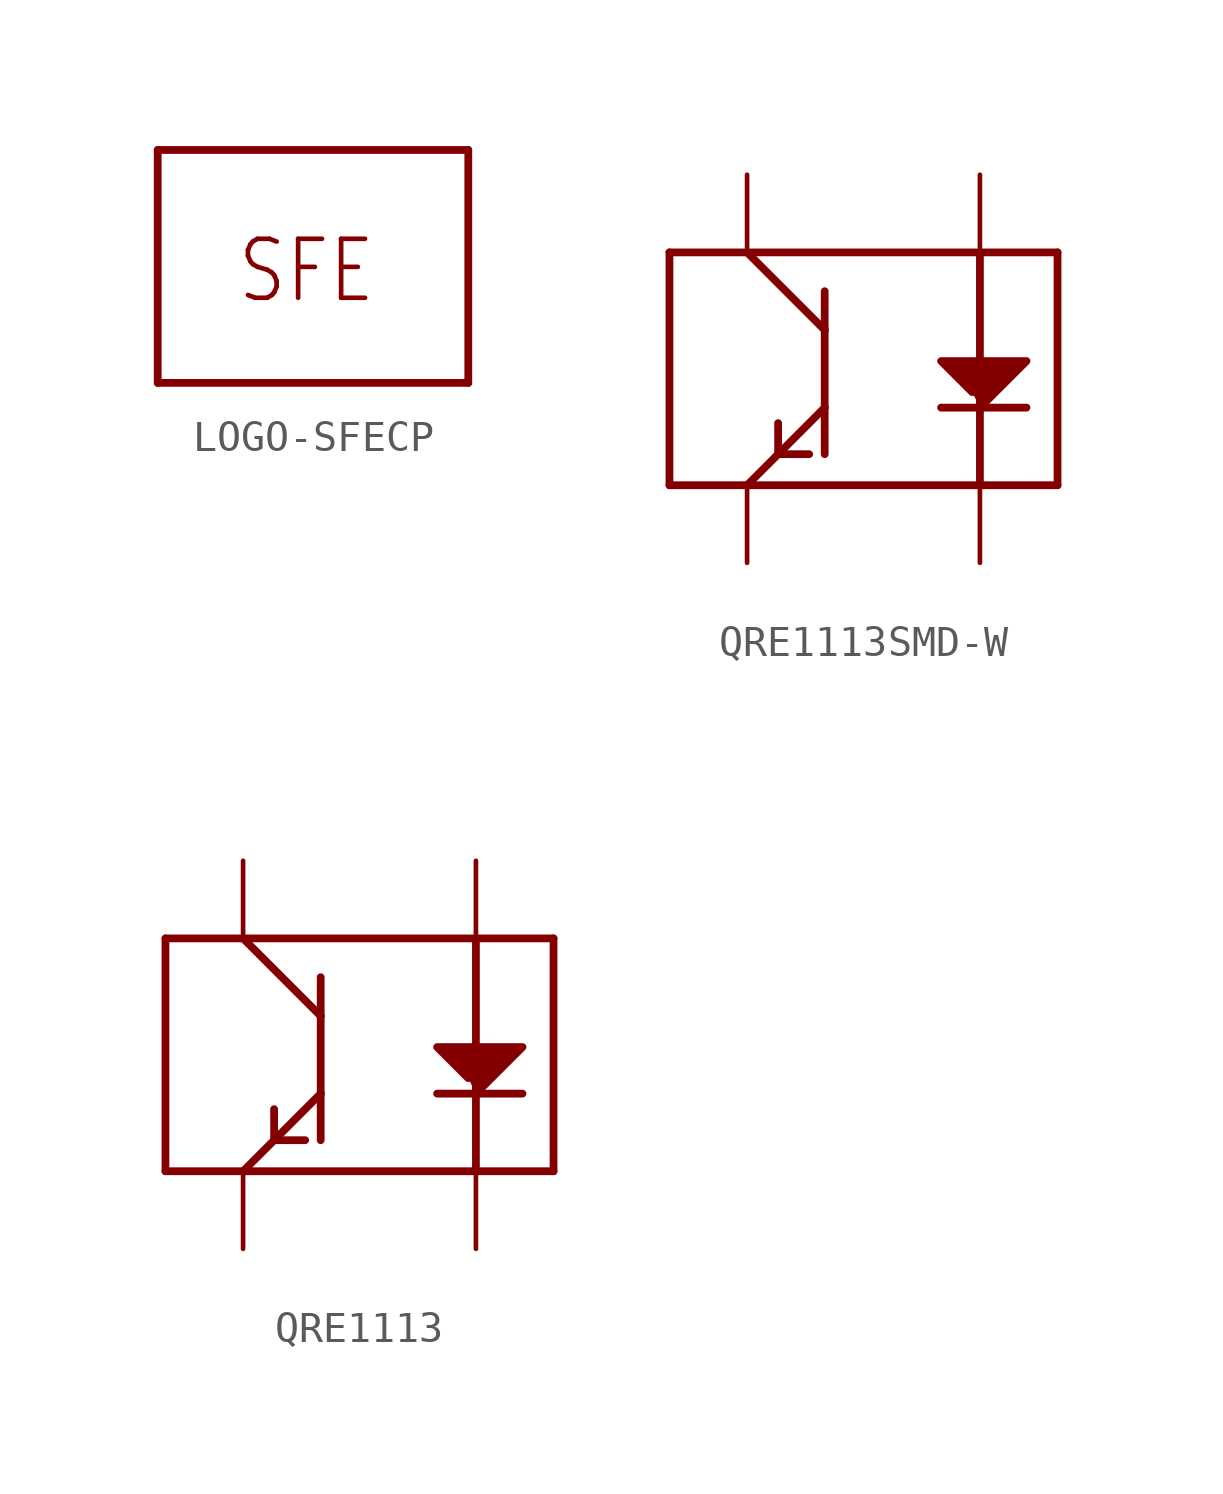
<source format=kicad_sym>
(kicad_symbol_lib
  (version 20231120)
  (generator "kicad_symbol_editor")
  (generator_version "8.0")
  (symbol "LOGO-SFECP"
    (property "Reference" "LOGO"
      (at 0 0 0)
      (effects (font (size 1.27 1.27)) (hide yes)))
    (property "ki_locked" ""
      (at 0 0 0)
      (effects (font (size 1.27 1.27))))
    (symbol "LOGO-SFECP_1_0"
      (polyline (pts (xy -2.54 -2.54) (xy 7.62 -2.54)) (stroke (width 0.254) (type solid)) (fill (type none)))
      (polyline (pts (xy -2.54 5.08) (xy -2.54 -2.54)) (stroke (width 0.254) (type solid)) (fill (type none)))
      (polyline (pts (xy 7.62 -2.54) (xy 7.62 5.08)) (stroke (width 0.254) (type solid)) (fill (type none)))
      (polyline (pts (xy 7.62 5.08) (xy -2.54 5.08)) (stroke (width 0.254) (type solid)) (fill (type none)))
      (text "SFE" (at 0 0 0) (effects (font (size 1.93 1.641)) (justify left bottom)))))
  (symbol "QRE1113SMD-W"
    (property "Reference" "U"
      (at -1.27 -7.112 0)
      (effects (font (size 1.778 1.511)) (justify left bottom) (hide yes)))
    (property "ki_locked" ""
      (at 0 0 0)
      (effects (font (size 1.27 1.27))))
    (symbol "QRE1113SMD-W_1_0"
      (polyline (pts (xy -5.08 -5.08) (xy -2.54 -5.08)) (stroke (width 0.254) (type solid)) (fill (type none)))
      (polyline (pts (xy -5.08 2.54) (xy -5.08 -5.08)) (stroke (width 0.254) (type solid)) (fill (type none)))
      (polyline (pts (xy -2.54 -5.08) (xy 5.08 -5.08)) (stroke (width 0.254) (type solid)) (fill (type none)))
      (polyline (pts (xy -2.54 2.54) (xy -5.08 2.54)) (stroke (width 0.254) (type solid)) (fill (type none)))
      (polyline (pts (xy -2.54 2.54) (xy 0 0)) (stroke (width 0.254) (type solid)) (fill (type none)))
      (polyline (pts (xy -1.524 -4.064) (xy -2.54 -5.08)) (stroke (width 0.254) (type solid)) (fill (type none)))
      (polyline (pts (xy -1.524 -4.064) (xy -1.524 -3.048)) (stroke (width 0.254) (type solid)) (fill (type none)))
      (polyline (pts (xy -1.524 -4.064) (xy -0.508 -4.064)) (stroke (width 0.254) (type solid)) (fill (type none)))
      (polyline (pts (xy 0 -2.54) (xy -1.524 -4.064)) (stroke (width 0.254) (type solid)) (fill (type none)))
      (polyline (pts (xy 0 -2.54) (xy 0 -4.064)) (stroke (width 0.254) (type solid)) (fill (type none)))
      (polyline (pts (xy 0 0) (xy 0 -2.54)) (stroke (width 0.254) (type solid)) (fill (type none)))
      (polyline (pts (xy 0 0) (xy 0 1.27)) (stroke (width 0.254) (type solid)) (fill (type none)))
      (polyline (pts (xy 3.81 -2.54) (xy 5.08 -2.54)) (stroke (width 0.254) (type solid)) (fill (type none)))
      (polyline (pts (xy 5.08 -5.08) (xy 7.62 -5.08)) (stroke (width 0.254) (type solid)) (fill (type none)))
      (polyline (pts (xy 5.08 -2.54) (xy 5.08 -5.08)) (stroke (width 0.254) (type solid)) (fill (type none)))
      (polyline (pts (xy 5.08 -2.54) (xy 6.604 -2.54)) (stroke (width 0.254) (type solid)) (fill (type none)))
      (polyline (pts (xy 5.08 2.54) (xy -2.54 2.54)) (stroke (width 0.254) (type solid)) (fill (type none)))
      (polyline (pts (xy 5.08 2.54) (xy 5.08 -2.54)) (stroke (width 0.254) (type solid)) (fill (type none)))
      (polyline (pts (xy 7.62 -5.08) (xy 7.62 2.54)) (stroke (width 0.254) (type solid)) (fill (type none)))
      (polyline (pts (xy 7.62 2.54) (xy 5.08 2.54)) (stroke (width 0.254) (type solid)) (fill (type none)))
      (polyline (pts (xy 5.08 -2.54) (xy 6.604 -1.016) (xy 3.81 -1.016) (xy 4.826 -2.032)) (stroke (width 0.254) (type solid)) (fill (type outline)))
      (pin bidirectional line (at 5.08 5.08 270) (length 2.54) (name "A" (effects (font (size 0 0)))) (number "1" (effects (font (size 0 0)))))
      (pin bidirectional line (at 5.08 -7.62 90) (length 2.54) (name "K" (effects (font (size 0 0)))) (number "2" (effects (font (size 0 0)))))
      (pin bidirectional line (at -2.54 5.08 270) (length 2.54) (name "C" (effects (font (size 0 0)))) (number "3" (effects (font (size 0 0)))))
      (pin bidirectional line (at -2.54 -7.62 90) (length 2.54) (name "E" (effects (font (size 0 0)))) (number "4" (effects (font (size 0 0)))))))
  (symbol "QRE1113"
    (property "Reference" "U"
      (at -1.27 -7.112 0)
      (effects (font (size 1.778 1.511)) (justify left bottom) (hide yes)))
    (property "ki_locked" ""
      (at 0 0 0)
      (effects (font (size 1.27 1.27))))
    (symbol "QRE1113_1_0"
      (polyline (pts (xy -5.08 -5.08) (xy -2.54 -5.08)) (stroke (width 0.254) (type solid)) (fill (type none)))
      (polyline (pts (xy -5.08 2.54) (xy -5.08 -5.08)) (stroke (width 0.254) (type solid)) (fill (type none)))
      (polyline (pts (xy -2.54 -5.08) (xy 5.08 -5.08)) (stroke (width 0.254) (type solid)) (fill (type none)))
      (polyline (pts (xy -2.54 2.54) (xy -5.08 2.54)) (stroke (width 0.254) (type solid)) (fill (type none)))
      (polyline (pts (xy -2.54 2.54) (xy 0 0)) (stroke (width 0.254) (type solid)) (fill (type none)))
      (polyline (pts (xy -1.524 -4.064) (xy -2.54 -5.08)) (stroke (width 0.254) (type solid)) (fill (type none)))
      (polyline (pts (xy -1.524 -4.064) (xy -1.524 -3.048)) (stroke (width 0.254) (type solid)) (fill (type none)))
      (polyline (pts (xy -1.524 -4.064) (xy -0.508 -4.064)) (stroke (width 0.254) (type solid)) (fill (type none)))
      (polyline (pts (xy 0 -2.54) (xy -1.524 -4.064)) (stroke (width 0.254) (type solid)) (fill (type none)))
      (polyline (pts (xy 0 -2.54) (xy 0 -4.064)) (stroke (width 0.254) (type solid)) (fill (type none)))
      (polyline (pts (xy 0 0) (xy 0 -2.54)) (stroke (width 0.254) (type solid)) (fill (type none)))
      (polyline (pts (xy 0 0) (xy 0 1.27)) (stroke (width 0.254) (type solid)) (fill (type none)))
      (polyline (pts (xy 3.81 -2.54) (xy 5.08 -2.54)) (stroke (width 0.254) (type solid)) (fill (type none)))
      (polyline (pts (xy 5.08 -5.08) (xy 7.62 -5.08)) (stroke (width 0.254) (type solid)) (fill (type none)))
      (polyline (pts (xy 5.08 -2.54) (xy 5.08 -5.08)) (stroke (width 0.254) (type solid)) (fill (type none)))
      (polyline (pts (xy 5.08 -2.54) (xy 6.604 -2.54)) (stroke (width 0.254) (type solid)) (fill (type none)))
      (polyline (pts (xy 5.08 2.54) (xy -2.54 2.54)) (stroke (width 0.254) (type solid)) (fill (type none)))
      (polyline (pts (xy 5.08 2.54) (xy 5.08 -2.54)) (stroke (width 0.254) (type solid)) (fill (type none)))
      (polyline (pts (xy 7.62 -5.08) (xy 7.62 2.54)) (stroke (width 0.254) (type solid)) (fill (type none)))
      (polyline (pts (xy 7.62 2.54) (xy 5.08 2.54)) (stroke (width 0.254) (type solid)) (fill (type none)))
      (polyline (pts (xy 5.08 -2.54) (xy 6.604 -1.016) (xy 3.81 -1.016) (xy 4.826 -2.032)) (stroke (width 0.254) (type solid)) (fill (type outline)))
      (pin bidirectional line (at 5.08 5.08 270) (length 2.54) (name "A" (effects (font (size 0 0)))) (number "1" (effects (font (size 0 0)))))
      (pin bidirectional line (at 5.08 -7.62 90) (length 2.54) (name "K" (effects (font (size 0 0)))) (number "2" (effects (font (size 0 0)))))
      (pin bidirectional line (at -2.54 5.08 270) (length 2.54) (name "C" (effects (font (size 0 0)))) (number "3" (effects (font (size 0 0)))))
      (pin bidirectional line (at -2.54 -7.62 90) (length 2.54) (name "E" (effects (font (size 0 0)))) (number "4" (effects (font (size 0 0))))))))
</source>
